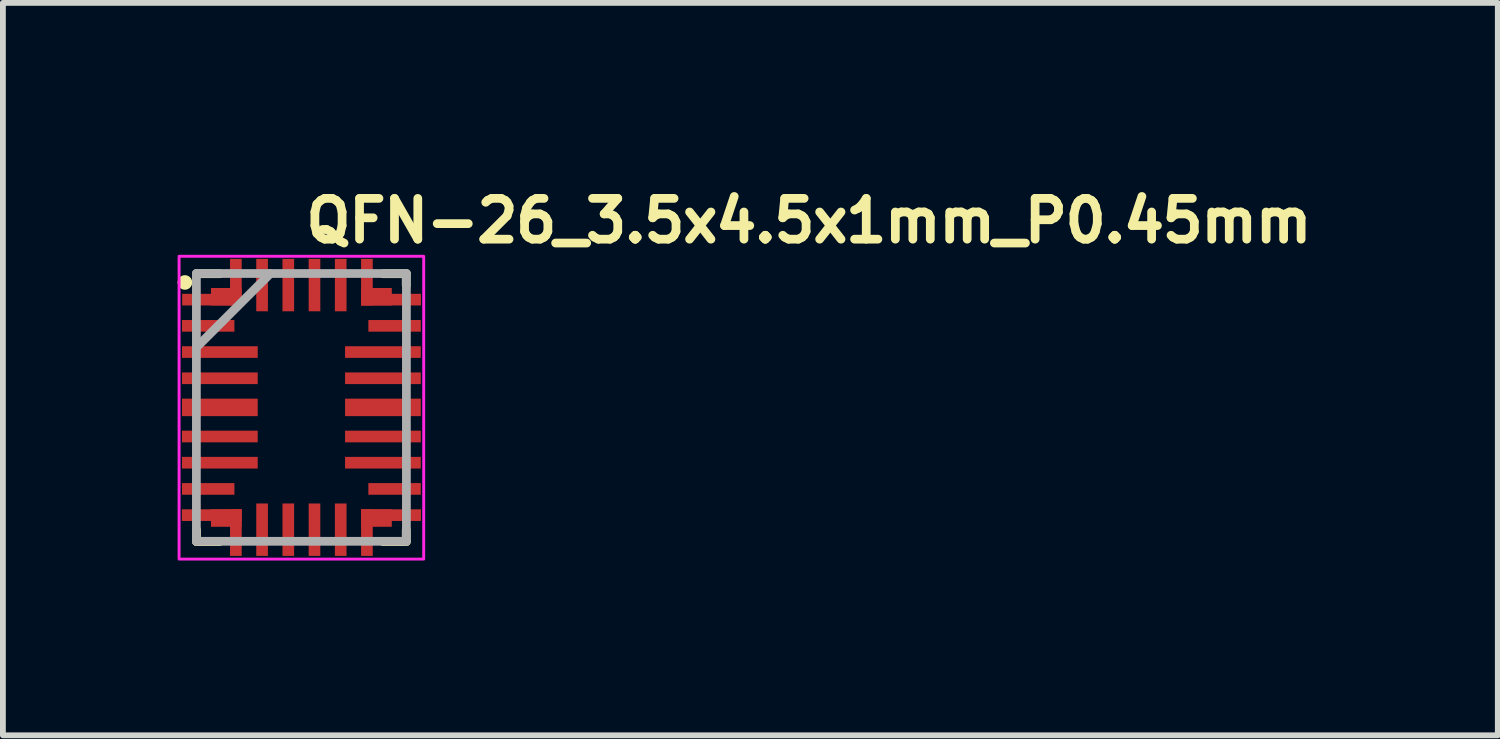
<source format=kicad_pcb>
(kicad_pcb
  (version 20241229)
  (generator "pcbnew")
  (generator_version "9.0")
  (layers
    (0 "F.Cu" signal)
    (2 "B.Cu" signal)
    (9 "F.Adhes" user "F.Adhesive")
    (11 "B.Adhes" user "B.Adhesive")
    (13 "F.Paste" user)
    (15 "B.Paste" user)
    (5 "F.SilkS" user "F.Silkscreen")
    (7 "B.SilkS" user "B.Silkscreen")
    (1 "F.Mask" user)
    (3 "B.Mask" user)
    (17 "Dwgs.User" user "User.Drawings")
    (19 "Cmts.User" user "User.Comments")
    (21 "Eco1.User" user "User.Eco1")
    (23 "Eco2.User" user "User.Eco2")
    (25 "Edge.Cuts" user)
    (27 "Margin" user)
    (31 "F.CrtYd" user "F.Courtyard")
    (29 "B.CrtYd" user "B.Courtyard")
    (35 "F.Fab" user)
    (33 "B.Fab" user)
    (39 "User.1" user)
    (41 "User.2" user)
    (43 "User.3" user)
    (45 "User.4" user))
  (footprint "QFN-26_3.5x4.5x1mm_P0.45mm"
    (layer "F.Cu")
    (at 2.125 3.95)
    (property "Reference" "QFN-26_3.5x4.5x1mm_P0.45mm" (at 0 -2.8 0) (unlocked yes) (layer "F.SilkS") (effects (font (size 0.7 0.7) (thickness 0.15)) (justify left bottom)))
    (attr smd)
    (fp_line (start -1.8 -2.3) (end -1.405 -2.3) (stroke (width 0.15) (type solid)) (layer "F.SilkS"))
    (fp_line (start -1.8 2.1) (end -1.8 2.3) (stroke (width 0.15) (type solid)) (layer "F.SilkS"))
    (fp_line (start -1.407 2.3) (end -1.8 2.3) (stroke (width 0.15) (type solid)) (layer "F.SilkS"))
    (fp_line (start 1.407 -2.3) (end 1.8 -2.3) (stroke (width 0.15) (type solid)) (layer "F.SilkS"))
    (fp_line (start 1.8 -2.1) (end 1.8 -2.3) (stroke (width 0.15) (type solid)) (layer "F.SilkS"))
    (fp_line (start 1.8 2.3) (end 1.407 2.3) (stroke (width 0.15) (type solid)) (layer "F.SilkS"))
    (fp_line (start 1.8 2.3) (end 1.8 2.1) (stroke (width 0.15) (type solid)) (layer "F.SilkS"))
    (fp_circle (center -2 -2.15) (end -1.95 -2.15) (stroke (width 0.15) (type solid)) (fill yes) (layer "F.SilkS"))
    (fp_rect (start -2.1 -2.6) (end 2.1 2.6) (stroke (width 0.05) (type solid)) (fill no) (layer "F.CrtYd"))
    (fp_line (start -1.803 -2.304) (end -1.803 2.294) (stroke (width 0.15) (type solid)) (layer "F.Fab"))
    (fp_line (start -1.803 -1.034) (end -0.533 -2.304) (stroke (width 0.15) (type solid)) (layer "F.Fab"))
    (fp_line (start -1.803 2.294) (end 1.803 2.294) (stroke (width 0.15) (type solid)) (layer "F.Fab"))
    (fp_line (start 1.803 -2.304) (end -1.803 -2.304) (stroke (width 0.15) (type solid)) (layer "F.Fab"))
    (fp_line (start 1.803 2.294) (end 1.803 -2.304) (stroke (width 0.15) (type solid)) (layer "F.Fab"))
    (fp_rect (start -1.75 -2.25) (end 1.75 2.25) (stroke (width 0.1) (type solid)) (fill no) (layer "User.5"))
    (fp_line (start -1.75 -2.25) (end -1.75 2.25) (stroke (width 0.02) (type solid)) (layer "User.9"))
    (fp_line (start -1.75 -1.5) (end -1.75 -1.3) (stroke (width 0.02) (type solid)) (layer "User.9"))
    (fp_line (start -1.75 2.25) (end 1.75 2.25) (stroke (width 0.02) (type solid)) (layer "User.9"))
    (fp_line (start -1.293 -1.627) (end -1.293 -1.62) (stroke (width 0.02) (type solid)) (layer "User.9"))
    (fp_line (start -1.293 -1.62) (end -1.292 -1.607) (stroke (width 0.02) (type solid)) (layer "User.9"))
    (fp_line (start -1.292 -1.64) (end -1.292 -1.633) (stroke (width 0.02) (type solid)) (layer "User.9"))
    (fp_line (start -1.292 -1.633) (end -1.293 -1.627) (stroke (width 0.02) (type solid)) (layer "User.9"))
    (fp_line (start -1.292 -1.607) (end -1.291 -1.594) (stroke (width 0.02) (type solid)) (layer "User.9"))
    (fp_line (start -1.291 -1.647) (end -1.292 -1.64) (stroke (width 0.02) (type solid)) (layer "User.9"))
    (fp_line (start -1.291 -1.594) (end -1.289 -1.581) (stroke (width 0.02) (type solid)) (layer "User.9"))
    (fp_line (start -1.29 -1.653) (end -1.291 -1.647) (stroke (width 0.02) (type solid)) (layer "User.9"))
    (fp_line (start -1.289 -1.66) (end -1.29 -1.653) (stroke (width 0.02) (type solid)) (layer "User.9"))
    (fp_line (start -1.289 -1.581) (end -1.286 -1.568) (stroke (width 0.02) (type solid)) (layer "User.9"))
    (fp_line (start -1.288 -1.666) (end -1.289 -1.66) (stroke (width 0.02) (type solid)) (layer "User.9"))
    (fp_line (start -1.286 -1.672) (end -1.288 -1.666) (stroke (width 0.02) (type solid)) (layer "User.9"))
    (fp_line (start -1.286 -1.568) (end -1.282 -1.556) (stroke (width 0.02) (type solid)) (layer "User.9"))
    (fp_line (start -1.284 -1.679) (end -1.286 -1.672) (stroke (width 0.02) (type solid)) (layer "User.9"))
    (fp_line (start -1.282 -1.685) (end -1.284 -1.679) (stroke (width 0.02) (type solid)) (layer "User.9"))
    (fp_line (start -1.282 -1.556) (end -1.278 -1.543) (stroke (width 0.02) (type solid)) (layer "User.9"))
    (fp_line (start -1.28 -1.691) (end -1.282 -1.685) (stroke (width 0.02) (type solid)) (layer "User.9"))
    (fp_line (start -1.278 -1.697) (end -1.28 -1.691) (stroke (width 0.02) (type solid)) (layer "User.9"))
    (fp_line (start -1.278 -1.543) (end -1.272 -1.532) (stroke (width 0.02) (type solid)) (layer "User.9"))
    (fp_line (start -1.275 -1.703) (end -1.278 -1.697) (stroke (width 0.02) (type solid)) (layer "User.9"))
    (fp_line (start -1.272 -1.709) (end -1.275 -1.703) (stroke (width 0.02) (type solid)) (layer "User.9"))
    (fp_line (start -1.272 -1.532) (end -1.266 -1.52) (stroke (width 0.02) (type solid)) (layer "User.9"))
    (fp_line (start -1.269 -1.714) (end -1.272 -1.709) (stroke (width 0.02) (type solid)) (layer "User.9"))
    (fp_line (start -1.266 -1.72) (end -1.269 -1.714) (stroke (width 0.02) (type solid)) (layer "User.9"))
    (fp_line (start -1.266 -1.52) (end -1.259 -1.509) (stroke (width 0.02) (type solid)) (layer "User.9"))
    (fp_line (start -1.263 -1.726) (end -1.266 -1.72) (stroke (width 0.02) (type solid)) (layer "User.9"))
    (fp_line (start -1.259 -1.731) (end -1.263 -1.726) (stroke (width 0.02) (type solid)) (layer "User.9"))
    (fp_line (start -1.259 -1.509) (end -1.252 -1.499) (stroke (width 0.02) (type solid)) (layer "User.9"))
    (fp_line (start -1.256 -1.736) (end -1.259 -1.731) (stroke (width 0.02) (type solid)) (layer "User.9"))
    (fp_line (start -1.252 -1.742) (end -1.256 -1.736) (stroke (width 0.02) (type solid)) (layer "User.9"))
    (fp_line (start -1.252 -1.499) (end -1.243 -1.489) (stroke (width 0.02) (type solid)) (layer "User.9"))
    (fp_line (start -1.248 -1.747) (end -1.252 -1.742) (stroke (width 0.02) (type solid)) (layer "User.9"))
    (fp_line (start -1.243 -1.752) (end -1.248 -1.747) (stroke (width 0.02) (type solid)) (layer "User.9"))
    (fp_line (start -1.243 -1.489) (end -1.235 -1.479) (stroke (width 0.02) (type solid)) (layer "User.9"))
    (fp_line (start -1.239 -1.757) (end -1.243 -1.752) (stroke (width 0.02) (type solid)) (layer "User.9"))
    (fp_line (start -1.235 -1.761) (end -1.239 -1.757) (stroke (width 0.02) (type solid)) (layer "User.9"))
    (fp_line (start -1.235 -1.479) (end -1.225 -1.47) (stroke (width 0.02) (type solid)) (layer "User.9"))
    (fp_line (start -1.23 -1.766) (end -1.235 -1.761) (stroke (width 0.02) (type solid)) (layer "User.9"))
    (fp_line (start -1.225 -1.77) (end -1.23 -1.766) (stroke (width 0.02) (type solid)) (layer "User.9"))
    (fp_line (start -1.225 -1.47) (end -1.215 -1.462) (stroke (width 0.02) (type solid)) (layer "User.9"))
    (fp_line (start -1.22 -1.774) (end -1.225 -1.77) (stroke (width 0.02) (type solid)) (layer "User.9"))
    (fp_line (start -1.215 -1.779) (end -1.22 -1.774) (stroke (width 0.02) (type solid)) (layer "User.9"))
    (fp_line (start -1.215 -1.462) (end -1.204 -1.454) (stroke (width 0.02) (type solid)) (layer "User.9"))
    (fp_line (start -1.21 -1.783) (end -1.215 -1.779) (stroke (width 0.02) (type solid)) (layer "User.9"))
    (fp_line (start -1.204 -1.786) (end -1.21 -1.783) (stroke (width 0.02) (type solid)) (layer "User.9"))
    (fp_line (start -1.204 -1.454) (end -1.193 -1.447) (stroke (width 0.02) (type solid)) (layer "User.9"))
    (fp_line (start -1.199 -1.79) (end -1.204 -1.786) (stroke (width 0.02) (type solid)) (layer "User.9"))
    (fp_line (start -1.193 -1.793) (end -1.199 -1.79) (stroke (width 0.02) (type solid)) (layer "User.9"))
    (fp_line (start -1.193 -1.447) (end -1.181 -1.441) (stroke (width 0.02) (type solid)) (layer "User.9"))
    (fp_line (start -1.181 -1.8) (end -1.193 -1.793) (stroke (width 0.02) (type solid)) (layer "User.9"))
    (fp_line (start -1.181 -1.441) (end -1.169 -1.435) (stroke (width 0.02) (type solid)) (layer "User.9"))
    (fp_line (start -1.169 -1.805) (end -1.181 -1.8) (stroke (width 0.02) (type solid)) (layer "User.9"))
    (fp_line (start -1.169 -1.435) (end -1.157 -1.431) (stroke (width 0.02) (type solid)) (layer "User.9"))
    (fp_line (start -1.157 -1.81) (end -1.169 -1.805) (stroke (width 0.02) (type solid)) (layer "User.9"))
    (fp_line (start -1.157 -1.431) (end -1.144 -1.427) (stroke (width 0.02) (type solid)) (layer "User.9"))
    (fp_line (start -1.144 -1.813) (end -1.157 -1.81) (stroke (width 0.02) (type solid)) (layer "User.9"))
    (fp_line (start -1.144 -1.427) (end -1.132 -1.424) (stroke (width 0.02) (type solid)) (layer "User.9"))
    (fp_line (start -1.132 -1.816) (end -1.144 -1.813) (stroke (width 0.02) (type solid)) (layer "User.9"))
    (fp_line (start -1.132 -1.424) (end -1.119 -1.422) (stroke (width 0.02) (type solid)) (layer "User.9"))
    (fp_line (start -1.119 -1.818) (end -1.132 -1.816) (stroke (width 0.02) (type solid)) (layer "User.9"))
    (fp_line (start -1.119 -1.422) (end -1.106 -1.421) (stroke (width 0.02) (type solid)) (layer "User.9"))
    (fp_line (start -1.106 -1.82) (end -1.119 -1.818) (stroke (width 0.02) (type solid)) (layer "User.9"))
    (fp_line (start -1.106 -1.421) (end -1.093 -1.42) (stroke (width 0.02) (type solid)) (layer "User.9"))
    (fp_line (start -1.093 -1.82) (end -1.106 -1.82) (stroke (width 0.02) (type solid)) (layer "User.9"))
    (fp_line (start -1.093 -1.42) (end -1.08 -1.421) (stroke (width 0.02) (type solid)) (layer "User.9"))
    (fp_line (start -1.08 -1.82) (end -1.093 -1.82) (stroke (width 0.02) (type solid)) (layer "User.9"))
    (fp_line (start -1.08 -1.421) (end -1.067 -1.422) (stroke (width 0.02) (type solid)) (layer "User.9"))
    (fp_line (start -1.067 -1.818) (end -1.08 -1.82) (stroke (width 0.02) (type solid)) (layer "User.9"))
    (fp_line (start -1.067 -1.422) (end -1.054 -1.424) (stroke (width 0.02) (type solid)) (layer "User.9"))
    (fp_line (start -1.054 -1.816) (end -1.067 -1.818) (stroke (width 0.02) (type solid)) (layer "User.9"))
    (fp_line (start -1.054 -1.424) (end -1.042 -1.427) (stroke (width 0.02) (type solid)) (layer "User.9"))
    (fp_line (start -1.042 -1.813) (end -1.054 -1.816) (stroke (width 0.02) (type solid)) (layer "User.9"))
    (fp_line (start -1.042 -1.427) (end -1.029 -1.431) (stroke (width 0.02) (type solid)) (layer "User.9"))
    (fp_line (start -1.029 -1.81) (end -1.042 -1.813) (stroke (width 0.02) (type solid)) (layer "User.9"))
    (fp_line (start -1.029 -1.431) (end -1.017 -1.435) (stroke (width 0.02) (type solid)) (layer "User.9"))
    (fp_line (start -1.017 -1.805) (end -1.029 -1.81) (stroke (width 0.02) (type solid)) (layer "User.9"))
    (fp_line (start -1.017 -1.435) (end -1.005 -1.441) (stroke (width 0.02) (type solid)) (layer "User.9"))
    (fp_line (start -1.005 -1.8) (end -1.017 -1.805) (stroke (width 0.02) (type solid)) (layer "User.9"))
    (fp_line (start -1.005 -1.441) (end -0.993 -1.447) (stroke (width 0.02) (type solid)) (layer "User.9"))
    (fp_line (start -0.993 -1.793) (end -1.005 -1.8) (stroke (width 0.02) (type solid)) (layer "User.9"))
    (fp_line (start -0.993 -1.447) (end -0.987 -1.45) (stroke (width 0.02) (type solid)) (layer "User.9"))
    (fp_line (start -0.987 -1.45) (end -0.982 -1.454) (stroke (width 0.02) (type solid)) (layer "User.9"))
    (fp_line (start -0.982 -1.786) (end -0.993 -1.793) (stroke (width 0.02) (type solid)) (layer "User.9"))
    (fp_line (start -0.982 -1.454) (end -0.976 -1.458) (stroke (width 0.02) (type solid)) (layer "User.9"))
    (fp_line (start -0.976 -1.458) (end -0.971 -1.462) (stroke (width 0.02) (type solid)) (layer "User.9"))
    (fp_line (start -0.971 -1.779) (end -0.982 -1.786) (stroke (width 0.02) (type solid)) (layer "User.9"))
    (fp_line (start -0.971 -1.462) (end -0.966 -1.466) (stroke (width 0.02) (type solid)) (layer "User.9"))
    (fp_line (start -0.966 -1.466) (end -0.961 -1.47) (stroke (width 0.02) (type solid)) (layer "User.9"))
    (fp_line (start -0.961 -1.77) (end -0.971 -1.779) (stroke (width 0.02) (type solid)) (layer "User.9"))
    (fp_line (start -0.961 -1.47) (end -0.956 -1.474) (stroke (width 0.02) (type solid)) (layer "User.9"))
    (fp_line (start -0.956 -1.474) (end -0.951 -1.479) (stroke (width 0.02) (type solid)) (layer "User.9"))
    (fp_line (start -0.951 -1.761) (end -0.961 -1.77) (stroke (width 0.02) (type solid)) (layer "User.9"))
    (fp_line (start -0.951 -1.479) (end -0.947 -1.484) (stroke (width 0.02) (type solid)) (layer "User.9"))
    (fp_line (start -0.947 -1.484) (end -0.942 -1.489) (stroke (width 0.02) (type solid)) (layer "User.9"))
    (fp_line (start -0.942 -1.752) (end -0.951 -1.761) (stroke (width 0.02) (type solid)) (layer "User.9"))
    (fp_line (start -0.942 -1.489) (end -0.938 -1.494) (stroke (width 0.02) (type solid)) (layer "User.9"))
    (fp_line (start -0.938 -1.494) (end -0.934 -1.499) (stroke (width 0.02) (type solid)) (layer "User.9"))
    (fp_line (start -0.934 -1.742) (end -0.942 -1.752) (stroke (width 0.02) (type solid)) (layer "User.9"))
    (fp_line (start -0.934 -1.499) (end -0.93 -1.504) (stroke (width 0.02) (type solid)) (layer "User.9"))
    (fp_line (start -0.93 -1.504) (end -0.927 -1.509) (stroke (width 0.02) (type solid)) (layer "User.9"))
    (fp_line (start -0.927 -1.731) (end -0.934 -1.742) (stroke (width 0.02) (type solid)) (layer "User.9"))
    (fp_line (start -0.927 -1.509) (end -0.923 -1.515) (stroke (width 0.02) (type solid)) (layer "User.9"))
    (fp_line (start -0.923 -1.515) (end -0.92 -1.52) (stroke (width 0.02) (type solid)) (layer "User.9"))
    (fp_line (start -0.92 -1.72) (end -0.927 -1.731) (stroke (width 0.02) (type solid)) (layer "User.9"))
    (fp_line (start -0.92 -1.52) (end -0.917 -1.526) (stroke (width 0.02) (type solid)) (layer "User.9"))
    (fp_line (start -0.917 -1.526) (end -0.914 -1.532) (stroke (width 0.02) (type solid)) (layer "User.9"))
    (fp_line (start -0.914 -1.709) (end -0.92 -1.72) (stroke (width 0.02) (type solid)) (layer "User.9"))
    (fp_line (start -0.914 -1.532) (end -0.911 -1.537) (stroke (width 0.02) (type solid)) (layer "User.9"))
    (fp_line (start -0.911 -1.537) (end -0.908 -1.543) (stroke (width 0.02) (type solid)) (layer "User.9"))
    (fp_line (start -0.908 -1.697) (end -0.914 -1.709) (stroke (width 0.02) (type solid)) (layer "User.9"))
    (fp_line (start -0.908 -1.543) (end -0.906 -1.549) (stroke (width 0.02) (type solid)) (layer "User.9"))
    (fp_line (start -0.906 -1.549) (end -0.904 -1.556) (stroke (width 0.02) (type solid)) (layer "User.9"))
    (fp_line (start -0.904 -1.685) (end -0.908 -1.697) (stroke (width 0.02) (type solid)) (layer "User.9"))
    (fp_line (start -0.904 -1.556) (end -0.902 -1.562) (stroke (width 0.02) (type solid)) (layer "User.9"))
    (fp_line (start -0.902 -1.562) (end -0.9 -1.568) (stroke (width 0.02) (type solid)) (layer "User.9"))
    (fp_line (start -0.9 -1.672) (end -0.904 -1.685) (stroke (width 0.02) (type solid)) (layer "User.9"))
    (fp_line (start -0.9 -1.568) (end -0.898 -1.574) (stroke (width 0.02) (type solid)) (layer "User.9"))
    (fp_line (start -0.898 -1.574) (end -0.897 -1.581) (stroke (width 0.02) (type solid)) (layer "User.9"))
    (fp_line (start -0.897 -1.66) (end -0.9 -1.672) (stroke (width 0.02) (type solid)) (layer "User.9"))
    (fp_line (start -0.897 -1.581) (end -0.896 -1.587) (stroke (width 0.02) (type solid)) (layer "User.9"))
    (fp_line (start -0.896 -1.587) (end -0.895 -1.594) (stroke (width 0.02) (type solid)) (layer "User.9"))
    (fp_line (start -0.895 -1.647) (end -0.897 -1.66) (stroke (width 0.02) (type solid)) (layer "User.9"))
    (fp_line (start -0.895 -1.594) (end -0.894 -1.6) (stroke (width 0.02) (type solid)) (layer "User.9"))
    (fp_line (start -0.894 -1.6) (end -0.893 -1.607) (stroke (width 0.02) (type solid)) (layer "User.9"))
    (fp_line (start -0.893 -1.633) (end -0.895 -1.647) (stroke (width 0.02) (type solid)) (layer "User.9"))
    (fp_line (start -0.893 -1.62) (end -0.893 -1.633) (stroke (width 0.02) (type solid)) (layer "User.9"))
    (fp_line (start -0.893 -1.613) (end -0.893 -1.62) (stroke (width 0.02) (type solid)) (layer "User.9"))
    (fp_line (start -0.893 -1.607) (end -0.893 -1.613) (stroke (width 0.02) (type solid)) (layer "User.9"))
    (fp_line (start -0.675 2.25) (end -0.575 2.25) (stroke (width 0.02) (type solid)) (layer "User.9"))
    (fp_line (start -0.575 -2.25) (end -0.675 -2.25) (stroke (width 0.02) (type solid)) (layer "User.9"))
    (fp_line (start 0.575 2.25) (end 0.675 2.25) (stroke (width 0.02) (type solid)) (layer "User.9"))
    (fp_line (start 0.675 -2.25) (end 0.575 -2.25) (stroke (width 0.02) (type solid)) (layer "User.9"))
    (fp_line (start 1.75 -2.25) (end -1.75 -2.25) (stroke (width 0.02) (type solid)) (layer "User.9"))
    (fp_line (start 1.75 2.25) (end 1.75 -2.25) (stroke (width 0.02) (type solid)) (layer "User.9"))
    (pad "1" smd rect (at -1.61 -1.855) (size 0.875 0.2) (layers "F.Cu" "F.Mask" "F.Paste"))
    (pad "1" smd roundrect (at -1.29 -1.905 90) (size 0.3 0.525) (layers "F.Cu" "F.Mask" "F.Paste") (roundrect_rratio 0) (chamfer_ratio 0.5) (chamfer bottom_left))
    (pad "1" smd rect (at -1.125 -2.23 90) (size 0.65 0.2) (layers "F.Cu" "F.Mask" "F.Paste"))
    (pad "2" smd rect (at -1.6 -1.405) (size 0.9 0.2) (layers "F.Cu" "F.Mask" "F.Paste"))
    (pad "3" smd rect (at -1.4 -0.955) (size 1.3 0.2) (layers "F.Cu" "F.Mask" "F.Paste"))
    (pad "4" smd rect (at -1.4 -0.505) (size 1.3 0.2) (layers "F.Cu" "F.Mask" "F.Paste"))
    (pad "5" smd rect (at -1.4 -0.005) (size 1.3 0.3) (layers "F.Cu" "F.Mask" "F.Paste"))
    (pad "6" smd rect (at -1.4 0.495) (size 1.3 0.2) (layers "F.Cu" "F.Mask" "F.Paste"))
    (pad "7" smd rect (at -1.4 0.945) (size 1.3 0.2) (layers "F.Cu" "F.Mask" "F.Paste"))
    (pad "8" smd rect (at -1.6 1.395) (size 0.9 0.2) (layers "F.Cu" "F.Mask" "F.Paste"))
    (pad "9" smd rect (at -1.54 1.845) (size 1.025 0.2) (layers "F.Cu" "F.Mask" "F.Paste"))
    (pad "9" smd rect (at -1.29 1.895 90) (size 0.3 0.525) (layers "F.Cu" "F.Mask" "F.Paste"))
    (pad "9" smd rect (at -1.125 2.145 90) (size 0.8 0.2) (layers "F.Cu" "F.Mask" "F.Paste"))
    (pad "10" smd rect (at -0.675 2.095 90) (size 0.9 0.2) (layers "F.Cu" "F.Mask" "F.Paste"))
    (pad "11" smd rect (at -0.225 2.095 90) (size 0.9 0.2) (layers "F.Cu" "F.Mask" "F.Paste"))
    (pad "12" smd rect (at 0.225 2.095 90) (size 0.9 0.2) (layers "F.Cu" "F.Mask" "F.Paste"))
    (pad "13" smd rect (at 0.675 2.095 90) (size 0.9 0.2) (layers "F.Cu" "F.Mask" "F.Paste"))
    (pad "14" smd rect (at 1.125 2.145 90) (size 0.8 0.2) (layers "F.Cu" "F.Mask" "F.Paste"))
    (pad "14" smd rect (at 1.29 1.895 90) (size 0.3 0.525) (layers "F.Cu" "F.Mask" "F.Paste"))
    (pad "14" smd rect (at 1.54 1.845) (size 1.025 0.2) (layers "F.Cu" "F.Mask" "F.Paste"))
    (pad "15" smd rect (at 1.6 1.395) (size 0.9 0.2) (layers "F.Cu" "F.Mask" "F.Paste"))
    (pad "16" smd rect (at 1.4 0.945) (size 1.3 0.2) (layers "F.Cu" "F.Mask" "F.Paste"))
    (pad "17" smd rect (at 1.4 0.495) (size 1.3 0.2) (layers "F.Cu" "F.Mask" "F.Paste"))
    (pad "18" smd rect (at 1.4 -0.005) (size 1.3 0.3) (layers "F.Cu" "F.Mask" "F.Paste"))
    (pad "19" smd rect (at 1.4 -0.505) (size 1.3 0.2) (layers "F.Cu" "F.Mask" "F.Paste"))
    (pad "20" smd rect (at 1.4 -0.955) (size 1.3 0.2) (layers "F.Cu" "F.Mask" "F.Paste"))
    (pad "21" smd rect (at 1.6 -1.405) (size 0.9 0.2) (layers "F.Cu" "F.Mask" "F.Paste"))
    (pad "22" smd rect (at 1.125 -2.155 90) (size 0.8 0.2) (layers "F.Cu" "F.Mask" "F.Paste"))
    (pad "22" smd rect (at 1.29 -1.905 90) (size 0.3 0.525) (layers "F.Cu" "F.Mask" "F.Paste"))
    (pad "22" smd rect (at 1.54 -1.855) (size 1.025 0.2) (layers "F.Cu" "F.Mask" "F.Paste"))
    (pad "23" smd rect (at 0.675 -2.105 90) (size 0.9 0.2) (layers "F.Cu" "F.Mask" "F.Paste"))
    (pad "24" smd rect (at 0.225 -2.105 90) (size 0.9 0.2) (layers "F.Cu" "F.Mask" "F.Paste"))
    (pad "25" smd rect (at -0.225 -2.105 90) (size 0.9 0.2) (layers "F.Cu" "F.Mask" "F.Paste"))
    (pad "26" smd rect (at -0.675 -2.105 90) (size 0.9 0.2) (layers "F.Cu" "F.Mask" "F.Paste")))
  (gr_rect
    (start -3 -3)
    (end 22.668 9.575)
    (stroke (width 0.1) (type default))
    (fill no)
    (layer "Edge.Cuts")))
</source>
